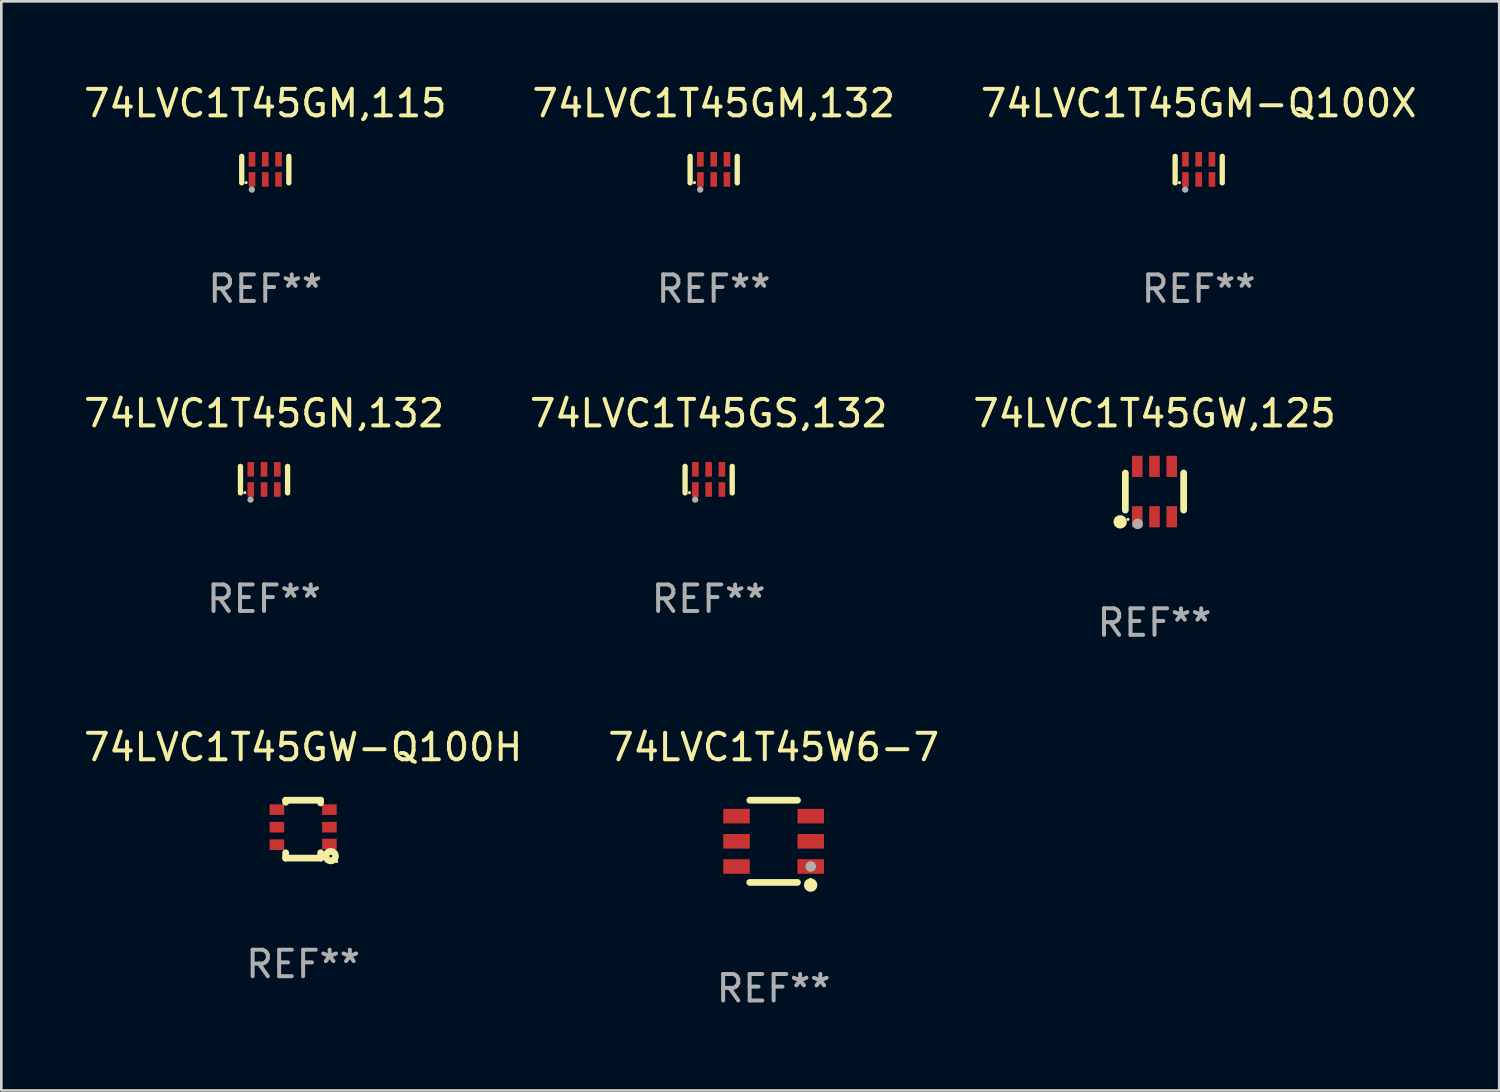
<source format=kicad_pcb>
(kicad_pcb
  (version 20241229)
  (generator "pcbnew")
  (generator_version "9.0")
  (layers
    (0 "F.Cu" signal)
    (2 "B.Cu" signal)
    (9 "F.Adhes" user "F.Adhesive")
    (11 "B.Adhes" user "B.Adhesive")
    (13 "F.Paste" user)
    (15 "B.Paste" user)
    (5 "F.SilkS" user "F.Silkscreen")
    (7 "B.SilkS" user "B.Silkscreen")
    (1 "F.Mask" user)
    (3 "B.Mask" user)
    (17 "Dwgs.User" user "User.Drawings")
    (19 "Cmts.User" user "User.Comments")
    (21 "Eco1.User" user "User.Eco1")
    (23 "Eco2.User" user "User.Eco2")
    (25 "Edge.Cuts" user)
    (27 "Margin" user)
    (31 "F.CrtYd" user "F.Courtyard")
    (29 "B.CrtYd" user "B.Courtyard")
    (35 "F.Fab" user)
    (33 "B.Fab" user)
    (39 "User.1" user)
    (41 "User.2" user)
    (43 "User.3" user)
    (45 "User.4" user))
  (footprint "74LVC1T45GM-Q100X"
    (layer "F.Cu")
    (at 42.173 3.348)
    (property "Reference" "74LVC1T45GM-Q100X" (at 0 -2.5 0) (layer "F.SilkS") (effects (font (size 1 1) (thickness 0.15))))
    (attr through_hole)
    (fp_line (start -0.889 0.5) (end -0.889 -0.5) (stroke (width 0.2) (type solid)) (layer "F.SilkS"))
    (fp_line (start 0.889 0.5) (end 0.889 -0.5) (stroke (width 0.2) (type solid)) (layer "F.SilkS"))
    (fp_circle (center -0.725 0.492) (end -0.695 0.492) (stroke (width 0.06) (type solid)) (fill no) (layer "F.SilkS"))
    (fp_circle (center -0.508 0.754) (end -0.448 0.754) (stroke (width 0.12) (type solid)) (fill no) (layer "F.Fab"))
    (fp_text user "REF**" (at 0 4.5 0) (layer "F.Fab") (effects (font (size 1 1) (thickness 0.15))))
    (pad "1" smd rect (at -0.5 0.372) (size 0.25 0.55) (layers "F.Cu" "F.Mask" "F.Paste"))
    (pad "2" smd rect (at -0.000127 0.372) (size 0.25 0.55) (layers "F.Cu" "F.Mask" "F.Paste"))
    (pad "3" smd rect (at 0.5 0.372) (size 0.25 0.55) (layers "F.Cu" "F.Mask" "F.Paste"))
    (pad "4" smd rect (at 0.5 -0.388 180) (size 0.25 0.55) (layers "F.Cu" "F.Mask" "F.Paste"))
    (pad "5" smd rect (at -0.000127 -0.388 180) (size 0.25 0.55) (layers "F.Cu" "F.Mask" "F.Paste"))
    (pad "6" smd rect (at -0.5 -0.388 180) (size 0.25 0.55) (layers "F.Cu" "F.Mask" "F.Paste")))
  (footprint "74LVC1T45W6-7"
    (layer "F.Cu")
    (at 26.137 28.691)
    (property "Reference" "74LVC1T45W6-7" (at 0 -3.55 0) (layer "F.SilkS") (effects (font (size 1 1) (thickness 0.15))))
    (attr through_hole)
    (fp_line (start -0.9 -1.55) (end 0.9 -1.55) (stroke (width 0.254) (type solid)) (layer "F.SilkS"))
    (fp_line (start -0.9 1.55) (end 0.9 1.55) (stroke (width 0.254) (type solid)) (layer "F.SilkS"))
    (fp_circle (center 1.397 1.651) (end 1.524 1.651) (stroke (width 0.254) (type solid)) (fill no) (layer "F.SilkS"))
    (fp_circle (center 1.4 1.435) (end 1.43 1.435) (stroke (width 0.06) (type solid)) (fill no) (layer "F.SilkS"))
    (fp_circle (center 1.4 0.95) (end 1.5 0.95) (stroke (width 0.2) (type solid)) (fill no) (layer "F.Fab"))
    (fp_text user "REF**" (at 0 5.55 0) (layer "F.Fab") (effects (font (size 1 1) (thickness 0.15))))
    (pad "1" smd rect (at 1.4 0.95) (size 1 0.55) (layers "F.Cu" "F.Mask" "F.Paste"))
    (pad "2" smd rect (at 1.4 -0.000102) (size 1 0.55) (layers "F.Cu" "F.Mask" "F.Paste"))
    (pad "3" smd rect (at 1.4 -0.95) (size 1 0.55) (layers "F.Cu" "F.Mask" "F.Paste"))
    (pad "4" smd rect (at -1.4 -0.95) (size 1 0.55) (layers "F.Cu" "F.Mask" "F.Paste"))
    (pad "5" smd rect (at -1.4 -0.000102) (size 1 0.55) (layers "F.Cu" "F.Mask" "F.Paste"))
    (pad "6" smd rect (at -1.4 0.95) (size 1 0.55) (layers "F.Cu" "F.Mask" "F.Paste")))
  (footprint "74LVC1T45GW,125"
    (layer "F.Cu")
    (at 40.506 15.495)
    (property "Reference" "74LVC1T45GW,125" (at 0 -2.95 0) (layer "F.SilkS") (effects (font (size 1 1) (thickness 0.15))))
    (attr through_hole)
    (fp_line (start -1.1 -0.7) (end -1.1 0.7) (stroke (width 0.254) (type solid)) (layer "F.SilkS"))
    (fp_line (start 1.1 -0.7) (end 1.1 0.7) (stroke (width 0.254) (type solid)) (layer "F.SilkS"))
    (fp_circle (center -1.295 1.143) (end -1.168 1.143) (stroke (width 0.254) (type solid)) (fill no) (layer "F.SilkS"))
    (fp_circle (center -1 1.05) (end -0.97 1.05) (stroke (width 0.06) (type solid)) (fill no) (layer "F.SilkS"))
    (fp_circle (center -0.635 1.219) (end -0.535 1.219) (stroke (width 0.2) (type solid)) (fill no) (layer "F.Fab"))
    (fp_text user "REF**" (at 0 4.95 0) (layer "F.Fab") (effects (font (size 1 1) (thickness 0.15))))
    (pad "1" smd rect (at -0.65 0.95) (size 0.4 0.8) (layers "F.Cu" "F.Mask" "F.Paste"))
    (pad "2" smd rect (at 0 0.95) (size 0.4 0.8) (layers "F.Cu" "F.Mask" "F.Paste"))
    (pad "3" smd rect (at 0.65 0.95) (size 0.4 0.8) (layers "F.Cu" "F.Mask" "F.Paste"))
    (pad "4" smd rect (at 0.65 -0.95) (size 0.4 0.8) (layers "F.Cu" "F.Mask" "F.Paste"))
    (pad "5" smd rect (at 0 -0.95) (size 0.4 0.8) (layers "F.Cu" "F.Mask" "F.Paste"))
    (pad "6" smd rect (at -0.65 -0.95) (size 0.4 0.8) (layers "F.Cu" "F.Mask" "F.Paste")))
  (footprint "74LVC1T45GN,132"
    (layer "F.Cu")
    (at 6.911 15.045)
    (property "Reference" "74LVC1T45GN,132" (at 0 -2.5 0) (layer "F.SilkS") (effects (font (size 1 1) (thickness 0.15))))
    (attr through_hole)
    (fp_line (start -0.889 0.5) (end -0.889 -0.5) (stroke (width 0.2) (type solid)) (layer "F.SilkS"))
    (fp_line (start 0.889 0.5) (end 0.889 -0.5) (stroke (width 0.2) (type solid)) (layer "F.SilkS"))
    (fp_circle (center -0.725 0.492) (end -0.695 0.492) (stroke (width 0.06) (type solid)) (fill no) (layer "F.SilkS"))
    (fp_circle (center -0.508 0.754) (end -0.448 0.754) (stroke (width 0.12) (type solid)) (fill no) (layer "F.Fab"))
    (fp_text user "REF**" (at 0 4.5 0) (layer "F.Fab") (effects (font (size 1 1) (thickness 0.15))))
    (pad "1" smd rect (at -0.5 0.372) (size 0.25 0.55) (layers "F.Cu" "F.Mask" "F.Paste"))
    (pad "2" smd rect (at -0.000127 0.372) (size 0.25 0.55) (layers "F.Cu" "F.Mask" "F.Paste"))
    (pad "3" smd rect (at 0.5 0.372) (size 0.25 0.55) (layers "F.Cu" "F.Mask" "F.Paste"))
    (pad "4" smd rect (at 0.5 -0.388 180) (size 0.25 0.55) (layers "F.Cu" "F.Mask" "F.Paste"))
    (pad "5" smd rect (at -0.000127 -0.388 180) (size 0.25 0.55) (layers "F.Cu" "F.Mask" "F.Paste"))
    (pad "6" smd rect (at -0.5 -0.388 180) (size 0.25 0.55) (layers "F.Cu" "F.Mask" "F.Paste")))
  (footprint "74LVC1T45GM,115"
    (layer "F.Cu")
    (at 6.958 3.348)
    (property "Reference" "74LVC1T45GM,115" (at 0 -2.5 0) (layer "F.SilkS") (effects (font (size 1 1) (thickness 0.15))))
    (attr through_hole)
    (fp_line (start -0.889 0.5) (end -0.889 -0.5) (stroke (width 0.2) (type solid)) (layer "F.SilkS"))
    (fp_line (start 0.889 0.5) (end 0.889 -0.5) (stroke (width 0.2) (type solid)) (layer "F.SilkS"))
    (fp_circle (center -0.725 0.492) (end -0.695 0.492) (stroke (width 0.06) (type solid)) (fill no) (layer "F.SilkS"))
    (fp_circle (center -0.508 0.754) (end -0.448 0.754) (stroke (width 0.12) (type solid)) (fill no) (layer "F.Fab"))
    (fp_text user "REF**" (at 0 4.5 0) (layer "F.Fab") (effects (font (size 1 1) (thickness 0.15))))
    (pad "1" smd rect (at -0.5 0.372) (size 0.25 0.55) (layers "F.Cu" "F.Mask" "F.Paste"))
    (pad "2" smd rect (at -0.000127 0.372) (size 0.25 0.55) (layers "F.Cu" "F.Mask" "F.Paste"))
    (pad "3" smd rect (at 0.5 0.372) (size 0.25 0.55) (layers "F.Cu" "F.Mask" "F.Paste"))
    (pad "4" smd rect (at 0.5 -0.388 180) (size 0.25 0.55) (layers "F.Cu" "F.Mask" "F.Paste"))
    (pad "5" smd rect (at -0.000127 -0.388 180) (size 0.25 0.55) (layers "F.Cu" "F.Mask" "F.Paste"))
    (pad "6" smd rect (at -0.5 -0.388 180) (size 0.25 0.55) (layers "F.Cu" "F.Mask" "F.Paste")))
  (footprint "74LVC1T45GM,132"
    (layer "F.Cu")
    (at 23.875 3.348)
    (property "Reference" "74LVC1T45GM,132" (at 0 -2.5 0) (layer "F.SilkS") (effects (font (size 1 1) (thickness 0.15))))
    (attr through_hole)
    (fp_line (start -0.889 0.5) (end -0.889 -0.5) (stroke (width 0.2) (type solid)) (layer "F.SilkS"))
    (fp_line (start 0.889 0.5) (end 0.889 -0.5) (stroke (width 0.2) (type solid)) (layer "F.SilkS"))
    (fp_circle (center -0.725 0.492) (end -0.695 0.492) (stroke (width 0.06) (type solid)) (fill no) (layer "F.SilkS"))
    (fp_circle (center -0.508 0.754) (end -0.448 0.754) (stroke (width 0.12) (type solid)) (fill no) (layer "F.Fab"))
    (fp_text user "REF**" (at 0 4.5 0) (layer "F.Fab") (effects (font (size 1 1) (thickness 0.15))))
    (pad "1" smd rect (at -0.5 0.372) (size 0.25 0.55) (layers "F.Cu" "F.Mask" "F.Paste"))
    (pad "2" smd rect (at -0.000127 0.372) (size 0.25 0.55) (layers "F.Cu" "F.Mask" "F.Paste"))
    (pad "3" smd rect (at 0.5 0.372) (size 0.25 0.55) (layers "F.Cu" "F.Mask" "F.Paste"))
    (pad "4" smd rect (at 0.5 -0.388 180) (size 0.25 0.55) (layers "F.Cu" "F.Mask" "F.Paste"))
    (pad "5" smd rect (at -0.000127 -0.388 180) (size 0.25 0.55) (layers "F.Cu" "F.Mask" "F.Paste"))
    (pad "6" smd rect (at -0.5 -0.388 180) (size 0.25 0.55) (layers "F.Cu" "F.Mask" "F.Paste")))
  (footprint "74LVC1T45GS,132"
    (layer "F.Cu")
    (at 23.685 15.045)
    (property "Reference" "74LVC1T45GS,132" (at 0 -2.5 0) (layer "F.SilkS") (effects (font (size 1 1) (thickness 0.15))))
    (attr through_hole)
    (fp_line (start -0.889 0.5) (end -0.889 -0.5) (stroke (width 0.2) (type solid)) (layer "F.SilkS"))
    (fp_line (start 0.889 0.5) (end 0.889 -0.5) (stroke (width 0.2) (type solid)) (layer "F.SilkS"))
    (fp_circle (center -0.725 0.492) (end -0.695 0.492) (stroke (width 0.06) (type solid)) (fill no) (layer "F.SilkS"))
    (fp_circle (center -0.508 0.754) (end -0.448 0.754) (stroke (width 0.12) (type solid)) (fill no) (layer "F.Fab"))
    (fp_text user "REF**" (at 0 4.5 0) (layer "F.Fab") (effects (font (size 1 1) (thickness 0.15))))
    (pad "1" smd rect (at -0.5 0.372) (size 0.25 0.55) (layers "F.Cu" "F.Mask" "F.Paste"))
    (pad "2" smd rect (at -0.000127 0.372) (size 0.25 0.55) (layers "F.Cu" "F.Mask" "F.Paste"))
    (pad "3" smd rect (at 0.5 0.372) (size 0.25 0.55) (layers "F.Cu" "F.Mask" "F.Paste"))
    (pad "4" smd rect (at 0.5 -0.388 180) (size 0.25 0.55) (layers "F.Cu" "F.Mask" "F.Paste"))
    (pad "5" smd rect (at -0.000127 -0.388 180) (size 0.25 0.55) (layers "F.Cu" "F.Mask" "F.Paste"))
    (pad "6" smd rect (at -0.5 -0.388 180) (size 0.25 0.55) (layers "F.Cu" "F.Mask" "F.Paste")))
  (footprint "74LVC1T45GW-Q100H"
    (layer "F.Cu")
    (at 8.387 28.233)
    (property "Reference" "74LVC1T45GW-Q100H" (at 0 -3.092 0) (layer "F.SilkS") (effects (font (size 1 1) (thickness 0.15))))
    (attr through_hole)
    (fp_line (start -0.66 -1.092) (end -0.66 -1.016) (stroke (width 0.254) (type solid)) (layer "F.SilkS"))
    (fp_line (start -0.66 1.092) (end -0.66 0.889) (stroke (width 0.254) (type solid)) (layer "F.SilkS"))
    (fp_line (start 0.66 -1.092) (end -0.66 -1.092) (stroke (width 0.254) (type solid)) (layer "F.SilkS"))
    (fp_line (start 0.66 -0.991) (end 0.66 -1.092) (stroke (width 0.254) (type solid)) (layer "F.SilkS"))
    (fp_line (start 0.66 0.889) (end 0.66 1.092) (stroke (width 0.254) (type solid)) (layer "F.SilkS"))
    (fp_line (start 0.66 1.092) (end -0.66 1.092) (stroke (width 0.254) (type solid)) (layer "F.SilkS"))
    (fp_circle (center 1.041 1.016) (end 1.092 1.016) (stroke (width 0.254) (type solid)) (fill no) (layer "F.SilkS"))
    (fp_circle (center 1.266 1.219) (end 1.296 1.219) (stroke (width 0.06) (type solid)) (fill no) (layer "F.SilkS"))
    (fp_text user "REF**" (at 0 5.092 0) (layer "F.Fab") (effects (font (size 1 1) (thickness 0.15))))
    (pad "1" smd rect (at 0.991 0.559 270) (size 0.399 0.551) (layers "F.Cu" "F.Mask" "F.Paste"))
    (pad "2" smd rect (at 0.991 -0.076 270) (size 0.399 0.551) (layers "F.Cu" "F.Mask" "F.Paste"))
    (pad "3" smd rect (at 0.991 -0.737 270) (size 0.399 0.551) (layers "F.Cu" "F.Mask" "F.Paste"))
    (pad "4" smd rect (at -0.991 -0.737 270) (size 0.399 0.551) (layers "F.Cu" "F.Mask" "F.Paste"))
    (pad "5" smd rect (at -0.991 -0.076 270) (size 0.399 0.551) (layers "F.Cu" "F.Mask" "F.Paste"))
    (pad "6" smd rect (at -0.991 0.584 270) (size 0.399 0.551) (layers "F.Cu" "F.Mask" "F.Paste")))
  (gr_rect
    (start -3 -3)
    (end 53.512 38.089)
    (stroke (width 0.1) (type default))
    (fill no)
    (layer "Edge.Cuts")))
</source>
